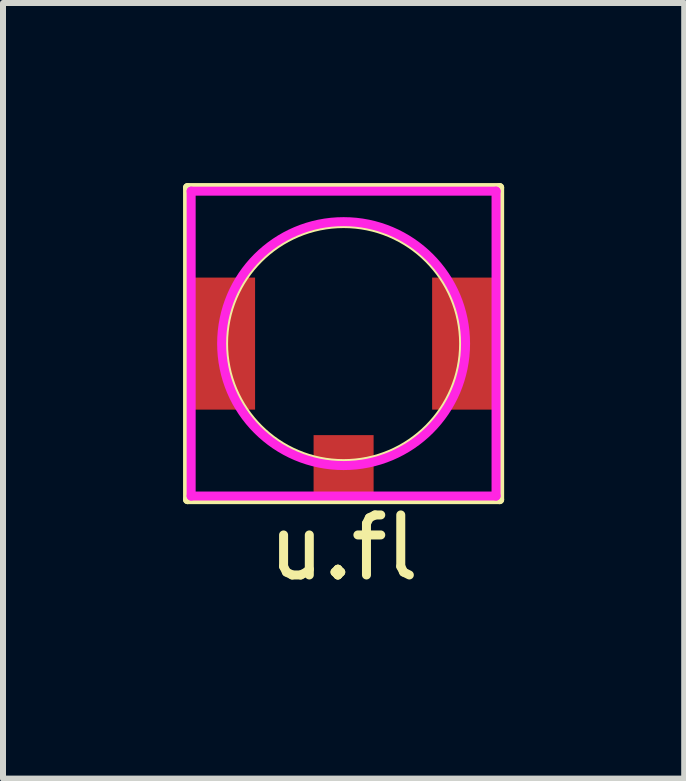
<source format=kicad_pcb>
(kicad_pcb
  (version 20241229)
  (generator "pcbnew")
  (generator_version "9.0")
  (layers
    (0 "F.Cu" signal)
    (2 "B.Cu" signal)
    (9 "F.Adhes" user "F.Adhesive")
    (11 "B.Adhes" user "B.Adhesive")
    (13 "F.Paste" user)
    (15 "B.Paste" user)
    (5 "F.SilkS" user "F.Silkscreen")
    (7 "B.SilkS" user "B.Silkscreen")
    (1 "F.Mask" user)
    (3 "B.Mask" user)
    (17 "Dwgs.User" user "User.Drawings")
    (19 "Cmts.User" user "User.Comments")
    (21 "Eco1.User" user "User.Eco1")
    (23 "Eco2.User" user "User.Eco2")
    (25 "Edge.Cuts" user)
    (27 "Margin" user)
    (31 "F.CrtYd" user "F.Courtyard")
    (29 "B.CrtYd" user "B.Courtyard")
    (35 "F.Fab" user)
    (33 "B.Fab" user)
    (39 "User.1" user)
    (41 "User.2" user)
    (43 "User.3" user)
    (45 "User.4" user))
  (footprint "u.fl"
    (layer "F.Cu")
    (at 2.675 2.675)
    (property "Reference" "u.fl" (at 0 3.4 0) (layer "F.SilkS") (effects (font (size 1 1) (thickness 0.15))))
    (attr through_hole)
    (fp_line (start -2.6 -2.6) (end 2.6 -2.6) (stroke (width 0.15) (type solid)) (layer "F.SilkS"))
    (fp_line (start -2.6 2.6) (end -2.6 -2.6) (stroke (width 0.15) (type solid)) (layer "F.SilkS"))
    (fp_line (start -2.6 2.6) (end 2.6 2.6) (stroke (width 0.15) (type solid)) (layer "F.SilkS"))
    (fp_line (start 2.6 -2.6) (end 2.6 2.6) (stroke (width 0.15) (type solid)) (layer "F.SilkS"))
    (fp_circle (center 0 0) (end -2 0) (stroke (width 0.15) (type solid)) (fill no) (layer "F.SilkS"))
    (fp_line (start -2.54 -2.54) (end 2.54 -2.54) (stroke (width 0.15) (type solid)) (layer "F.CrtYd"))
    (fp_line (start -2.54 2.54) (end -2.54 -2.54) (stroke (width 0.15) (type solid)) (layer "F.CrtYd"))
    (fp_line (start 2.54 -2.54) (end 2.54 2.54) (stroke (width 0.15) (type solid)) (layer "F.CrtYd"))
    (fp_line (start 2.54 2.54) (end -2.54 2.54) (stroke (width 0.15) (type solid)) (layer "F.CrtYd"))
    (fp_circle (center 0 0) (end 0 -2.032) (stroke (width 0.15) (type solid)) (fill no) (layer "F.CrtYd"))
    (pad "1" smd rect (at 0 2.05) (size 1 1.05) (layers "F.Cu" "F.Mask" "F.Paste"))
    (pad "2" smd rect (at -2 0) (size 1.05 2.2) (layers "F.Cu" "F.Mask" "F.Paste"))
    (pad "2" smd rect (at 2 0) (size 1.05 2.2) (layers "F.Cu" "F.Mask" "F.Paste")))
  (gr_rect
    (start -3 -3)
    (end 8.35 9.923)
    (stroke (width 0.1) (type default))
    (fill no)
    (layer "Edge.Cuts")))
</source>
